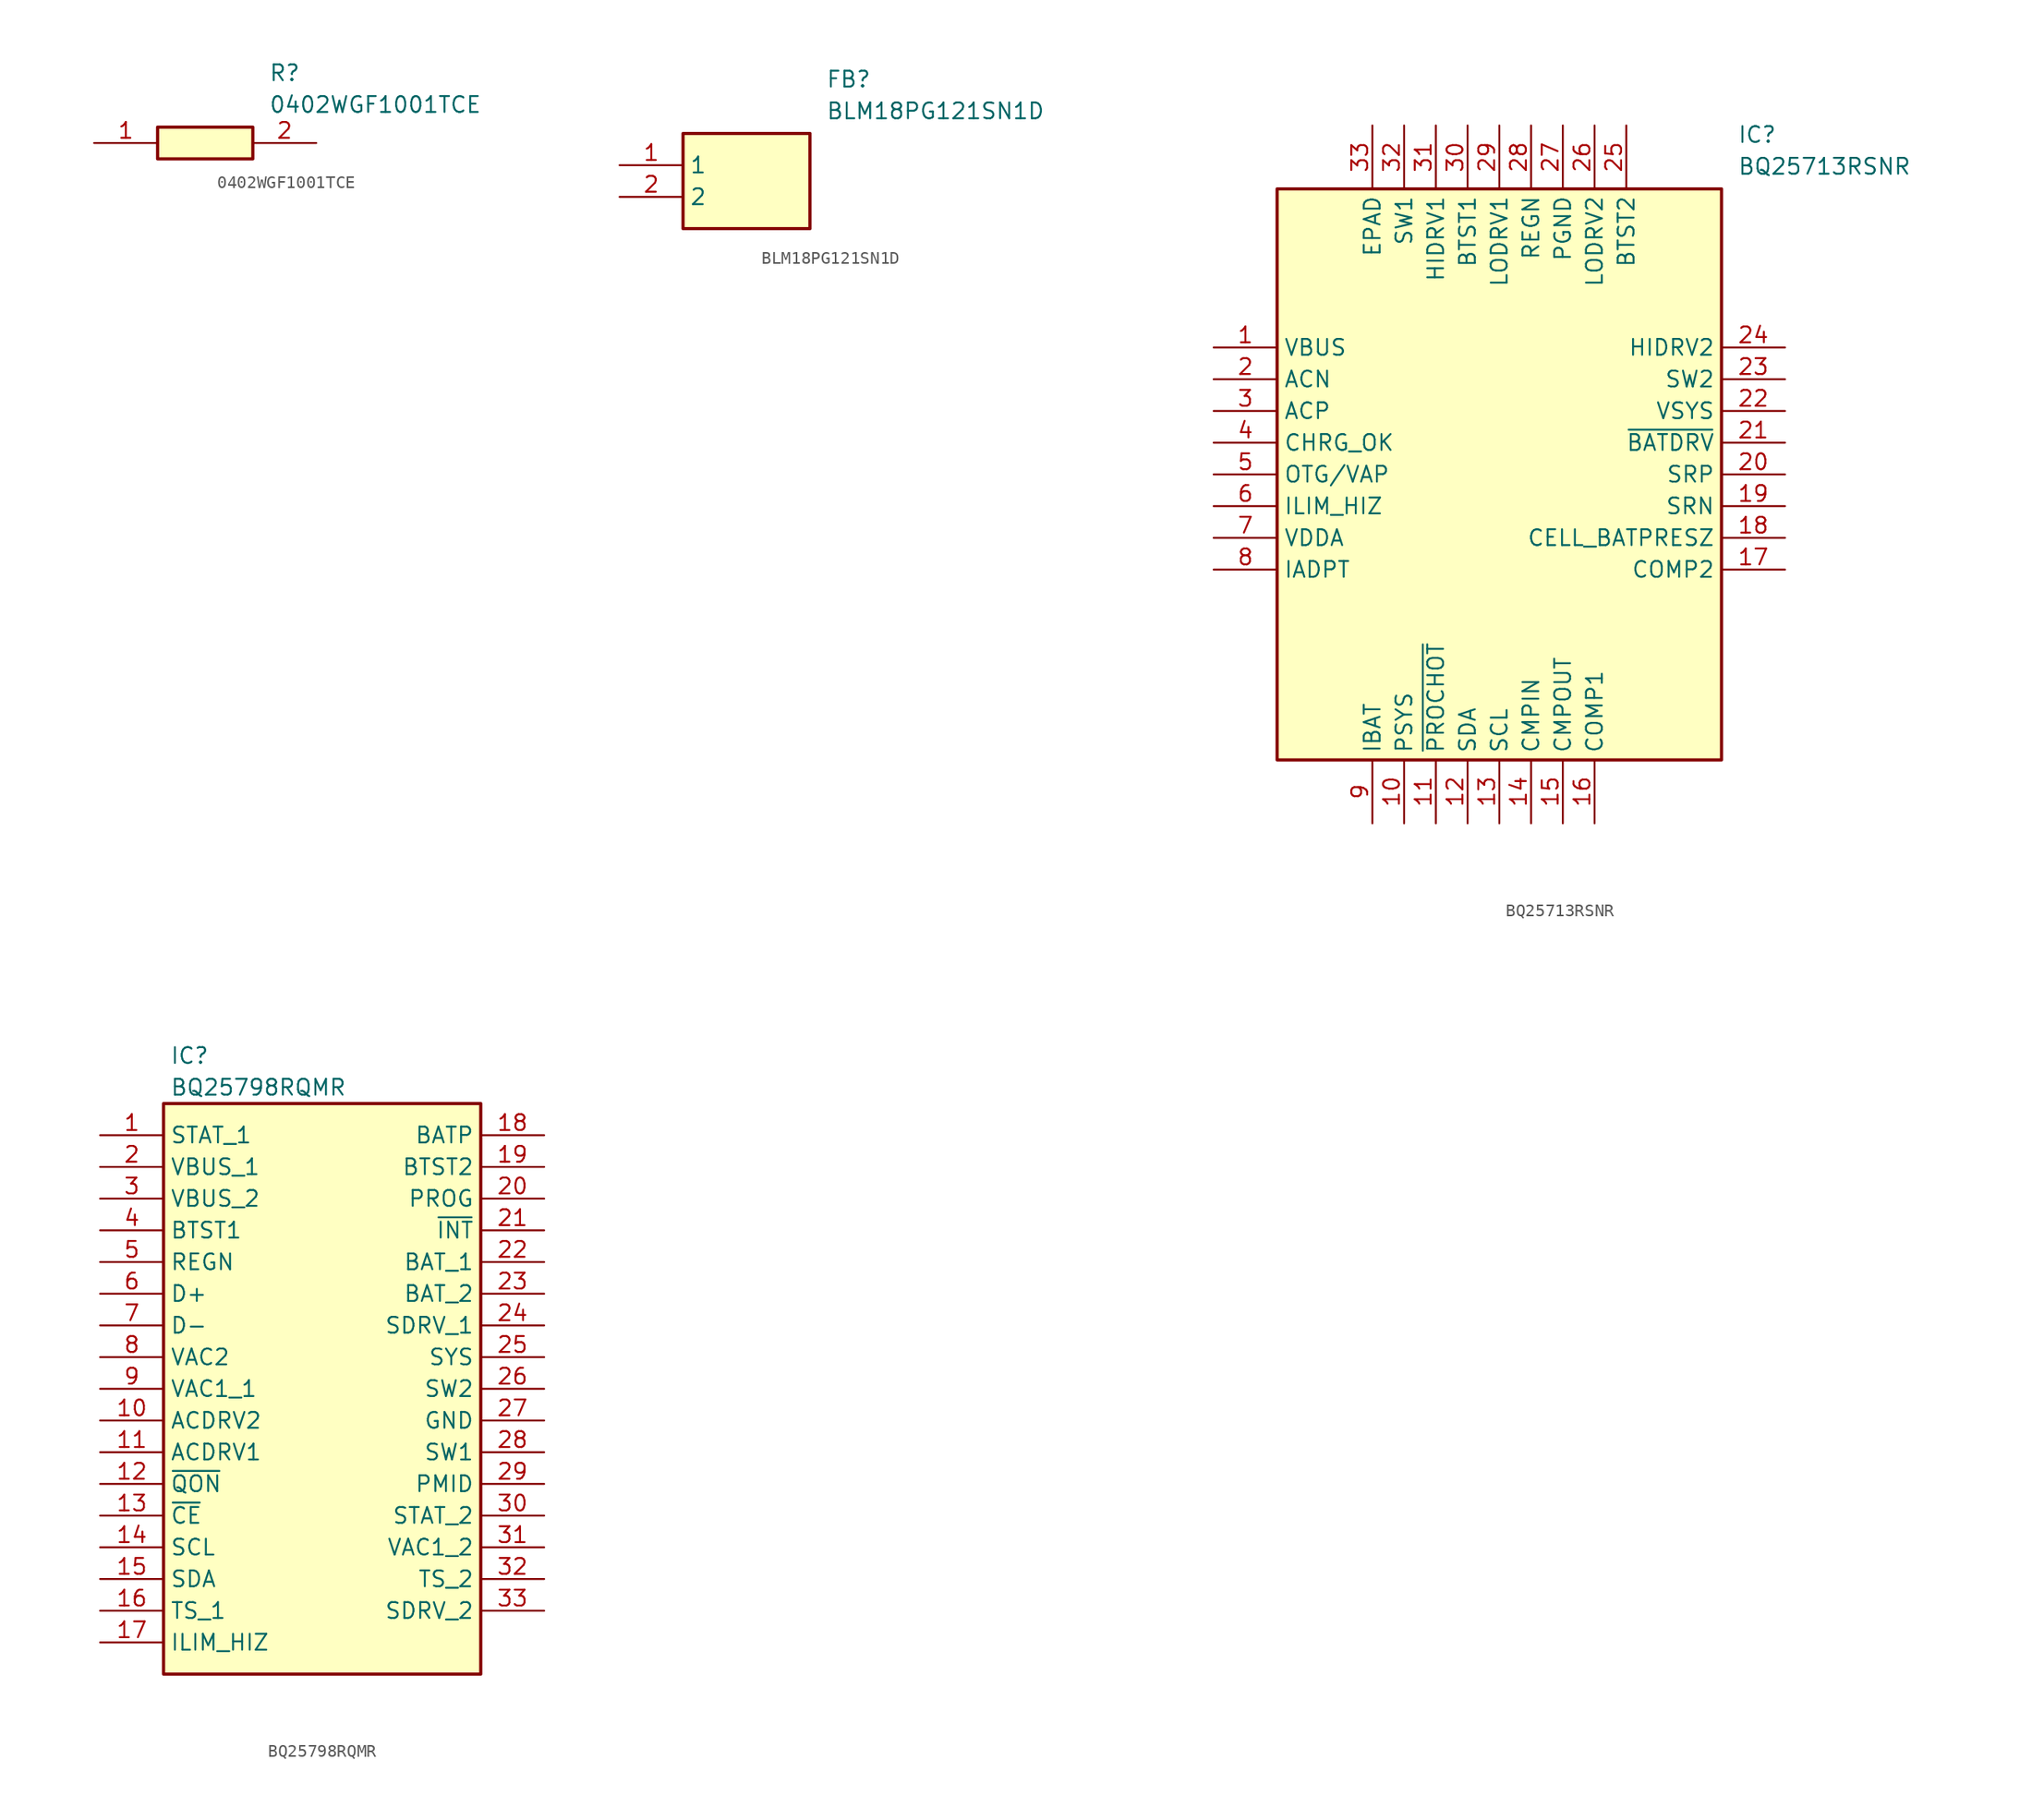
<source format=kicad_sym>
(kicad_symbol_lib
  (version 20241209)
  (generator "kicad_symbol_editor")
  (generator_version "9.0")
  (symbol "0402WGF1001TCE"
    (pin_names hide)
    (property "Reference" "R"
      (at 13.97 6.35 0)
      (effects (font (size 1.27 1.27)) (justify left top)))
    (property "Value" "0402WGF1001TCE"
      (at 13.97 3.81 0)
      (effects (font (size 1.27 1.27)) (justify left top)))
    (rectangle
      (start 5.08 1.27)
      (end 12.7 -1.27)
      (stroke (width 0.254) (type default))
      (fill (type background)))
    (pin passive line
      (at 0 0 0)
      (length 5.08)
      (name "1" (effects (font (size 1.27 1.27))))
      (number "1" (effects (font (size 1.27 1.27)))))
    (pin passive line
      (at 17.78 0 180)
      (length 5.08)
      (name "2" (effects (font (size 1.27 1.27))))
      (number "2" (effects (font (size 1.27 1.27))))))
  (symbol "BLM18PG121SN1D"
    (property "Reference" "FB"
      (at 16.51 7.62 0)
      (effects (font (size 1.27 1.27)) (justify left top)))
    (property "Value" "BLM18PG121SN1D"
      (at 16.51 5.08 0)
      (effects (font (size 1.27 1.27)) (justify left top)))
    (symbol "BLM18PG121SN1D_1_1"
      (rectangle (start 5.08 2.54) (end 15.24 -5.08) (stroke (width 0.254) (type default)) (fill (type background)))
      (pin passive line (at 0 0 0) (length 5.08) (name "1" (effects (font (size 1.27 1.27)))) (number "1" (effects (font (size 1.27 1.27)))))
      (pin passive line (at 0 -2.54 0) (length 5.08) (name "2" (effects (font (size 1.27 1.27)))) (number "2" (effects (font (size 1.27 1.27)))))))
  (symbol "BQ25713RSNR"
    (property "Reference" "IC"
      (at 41.91 17.78 0)
      (effects (font (size 1.27 1.27)) (justify left top)))
    (property "Value" "BQ25713RSNR"
      (at 41.91 15.24 0)
      (effects (font (size 1.27 1.27)) (justify left top)))
    (symbol "BQ25713RSNR_1_1"
      (rectangle (start 5.08 12.7) (end 40.64 -33.02) (stroke (width 0.254) (type default)) (fill (type background)))
      (pin passive line (at 0 0 0) (length 5.08) (name "VBUS" (effects (font (size 1.27 1.27)))) (number "1" (effects (font (size 1.27 1.27)))))
      (pin passive line (at 0 -2.54 0) (length 5.08) (name "ACN" (effects (font (size 1.27 1.27)))) (number "2" (effects (font (size 1.27 1.27)))))
      (pin passive line (at 0 -5.08 0) (length 5.08) (name "ACP" (effects (font (size 1.27 1.27)))) (number "3" (effects (font (size 1.27 1.27)))))
      (pin passive line (at 0 -7.62 0) (length 5.08) (name "CHRG_OK" (effects (font (size 1.27 1.27)))) (number "4" (effects (font (size 1.27 1.27)))))
      (pin passive line (at 0 -10.16 0) (length 5.08) (name "OTG/VAP" (effects (font (size 1.27 1.27)))) (number "5" (effects (font (size 1.27 1.27)))))
      (pin passive line (at 0 -12.7 0) (length 5.08) (name "ILIM_HIZ" (effects (font (size 1.27 1.27)))) (number "6" (effects (font (size 1.27 1.27)))))
      (pin passive line (at 0 -15.24 0) (length 5.08) (name "VDDA" (effects (font (size 1.27 1.27)))) (number "7" (effects (font (size 1.27 1.27)))))
      (pin passive line (at 0 -17.78 0) (length 5.08) (name "IADPT" (effects (font (size 1.27 1.27)))) (number "8" (effects (font (size 1.27 1.27)))))
      (pin passive line (at 12.7 17.78 270) (length 5.08) (name "EPAD" (effects (font (size 1.27 1.27)))) (number "33" (effects (font (size 1.27 1.27)))))
      (pin passive line (at 12.7 -38.1 90) (length 5.08) (name "IBAT" (effects (font (size 1.27 1.27)))) (number "9" (effects (font (size 1.27 1.27)))))
      (pin passive line (at 15.24 17.78 270) (length 5.08) (name "SW1" (effects (font (size 1.27 1.27)))) (number "32" (effects (font (size 1.27 1.27)))))
      (pin passive line (at 15.24 -38.1 90) (length 5.08) (name "PSYS" (effects (font (size 1.27 1.27)))) (number "10" (effects (font (size 1.27 1.27)))))
      (pin passive line (at 17.78 17.78 270) (length 5.08) (name "HIDRV1" (effects (font (size 1.27 1.27)))) (number "31" (effects (font (size 1.27 1.27)))))
      (pin passive line (at 17.78 -38.1 90) (length 5.08) (name "~{PROCHOT}" (effects (font (size 1.27 1.27)))) (number "11" (effects (font (size 1.27 1.27)))))
      (pin passive line (at 20.32 17.78 270) (length 5.08) (name "BTST1" (effects (font (size 1.27 1.27)))) (number "30" (effects (font (size 1.27 1.27)))))
      (pin passive line (at 20.32 -38.1 90) (length 5.08) (name "SDA" (effects (font (size 1.27 1.27)))) (number "12" (effects (font (size 1.27 1.27)))))
      (pin passive line (at 22.86 17.78 270) (length 5.08) (name "LODRV1" (effects (font (size 1.27 1.27)))) (number "29" (effects (font (size 1.27 1.27)))))
      (pin passive line (at 22.86 -38.1 90) (length 5.08) (name "SCL" (effects (font (size 1.27 1.27)))) (number "13" (effects (font (size 1.27 1.27)))))
      (pin passive line (at 25.4 17.78 270) (length 5.08) (name "REGN" (effects (font (size 1.27 1.27)))) (number "28" (effects (font (size 1.27 1.27)))))
      (pin passive line (at 25.4 -38.1 90) (length 5.08) (name "CMPIN" (effects (font (size 1.27 1.27)))) (number "14" (effects (font (size 1.27 1.27)))))
      (pin passive line (at 27.94 17.78 270) (length 5.08) (name "PGND" (effects (font (size 1.27 1.27)))) (number "27" (effects (font (size 1.27 1.27)))))
      (pin passive line (at 27.94 -38.1 90) (length 5.08) (name "CMPOUT" (effects (font (size 1.27 1.27)))) (number "15" (effects (font (size 1.27 1.27)))))
      (pin passive line (at 30.48 17.78 270) (length 5.08) (name "LODRV2" (effects (font (size 1.27 1.27)))) (number "26" (effects (font (size 1.27 1.27)))))
      (pin passive line (at 30.48 -38.1 90) (length 5.08) (name "COMP1" (effects (font (size 1.27 1.27)))) (number "16" (effects (font (size 1.27 1.27)))))
      (pin passive line (at 33.02 17.78 270) (length 5.08) (name "BTST2" (effects (font (size 1.27 1.27)))) (number "25" (effects (font (size 1.27 1.27)))))
      (pin passive line (at 45.72 0 180) (length 5.08) (name "HIDRV2" (effects (font (size 1.27 1.27)))) (number "24" (effects (font (size 1.27 1.27)))))
      (pin passive line (at 45.72 -2.54 180) (length 5.08) (name "SW2" (effects (font (size 1.27 1.27)))) (number "23" (effects (font (size 1.27 1.27)))))
      (pin passive line (at 45.72 -5.08 180) (length 5.08) (name "VSYS" (effects (font (size 1.27 1.27)))) (number "22" (effects (font (size 1.27 1.27)))))
      (pin passive line (at 45.72 -7.62 180) (length 5.08) (name "~{BATDRV}" (effects (font (size 1.27 1.27)))) (number "21" (effects (font (size 1.27 1.27)))))
      (pin passive line (at 45.72 -10.16 180) (length 5.08) (name "SRP" (effects (font (size 1.27 1.27)))) (number "20" (effects (font (size 1.27 1.27)))))
      (pin passive line (at 45.72 -12.7 180) (length 5.08) (name "SRN" (effects (font (size 1.27 1.27)))) (number "19" (effects (font (size 1.27 1.27)))))
      (pin passive line (at 45.72 -15.24 180) (length 5.08) (name "CELL_BATPRESZ" (effects (font (size 1.27 1.27)))) (number "18" (effects (font (size 1.27 1.27)))))
      (pin passive line (at 45.72 -17.78 180) (length 5.08) (name "COMP2" (effects (font (size 1.27 1.27)))) (number "17" (effects (font (size 1.27 1.27)))))))
  (symbol "BQ25798RQMR"
    (property "Reference" "IC"
      (at 5.588 7.112 0)
      (effects (font (size 1.27 1.27)) (justify left top)))
    (property "Value" "BQ25798RQMR"
      (at 5.588 4.572 0)
      (effects (font (size 1.27 1.27)) (justify left top)))
    (symbol "BQ25798RQMR_1_1"
      (rectangle (start 5.08 2.54) (end 30.48 -43.18) (stroke (width 0.254) (type default)) (fill (type background)))
      (pin passive line (at 0 0 0) (length 5.08) (name "STAT_1" (effects (font (size 1.27 1.27)))) (number "1" (effects (font (size 1.27 1.27)))))
      (pin passive line (at 0 -2.54 0) (length 5.08) (name "VBUS_1" (effects (font (size 1.27 1.27)))) (number "2" (effects (font (size 1.27 1.27)))))
      (pin passive line (at 0 -5.08 0) (length 5.08) (name "VBUS_2" (effects (font (size 1.27 1.27)))) (number "3" (effects (font (size 1.27 1.27)))))
      (pin passive line (at 0 -7.62 0) (length 5.08) (name "BTST1" (effects (font (size 1.27 1.27)))) (number "4" (effects (font (size 1.27 1.27)))))
      (pin passive line (at 0 -10.16 0) (length 5.08) (name "REGN" (effects (font (size 1.27 1.27)))) (number "5" (effects (font (size 1.27 1.27)))))
      (pin passive line (at 0 -12.7 0) (length 5.08) (name "D+" (effects (font (size 1.27 1.27)))) (number "6" (effects (font (size 1.27 1.27)))))
      (pin passive line (at 0 -15.24 0) (length 5.08) (name "D-" (effects (font (size 1.27 1.27)))) (number "7" (effects (font (size 1.27 1.27)))))
      (pin passive line (at 0 -17.78 0) (length 5.08) (name "VAC2" (effects (font (size 1.27 1.27)))) (number "8" (effects (font (size 1.27 1.27)))))
      (pin passive line (at 0 -20.32 0) (length 5.08) (name "VAC1_1" (effects (font (size 1.27 1.27)))) (number "9" (effects (font (size 1.27 1.27)))))
      (pin passive line (at 0 -22.86 0) (length 5.08) (name "ACDRV2" (effects (font (size 1.27 1.27)))) (number "10" (effects (font (size 1.27 1.27)))))
      (pin passive line (at 0 -25.4 0) (length 5.08) (name "ACDRV1" (effects (font (size 1.27 1.27)))) (number "11" (effects (font (size 1.27 1.27)))))
      (pin passive line (at 0 -27.94 0) (length 5.08) (name "~{QON}" (effects (font (size 1.27 1.27)))) (number "12" (effects (font (size 1.27 1.27)))))
      (pin passive line (at 0 -30.48 0) (length 5.08) (name "~{CE}" (effects (font (size 1.27 1.27)))) (number "13" (effects (font (size 1.27 1.27)))))
      (pin passive line (at 0 -33.02 0) (length 5.08) (name "SCL" (effects (font (size 1.27 1.27)))) (number "14" (effects (font (size 1.27 1.27)))))
      (pin passive line (at 0 -35.56 0) (length 5.08) (name "SDA" (effects (font (size 1.27 1.27)))) (number "15" (effects (font (size 1.27 1.27)))))
      (pin passive line (at 0 -38.1 0) (length 5.08) (name "TS_1" (effects (font (size 1.27 1.27)))) (number "16" (effects (font (size 1.27 1.27)))))
      (pin passive line (at 0 -40.64 0) (length 5.08) (name "ILIM_HIZ" (effects (font (size 1.27 1.27)))) (number "17" (effects (font (size 1.27 1.27)))))
      (pin passive line (at 35.56 0 180) (length 5.08) (name "BATP" (effects (font (size 1.27 1.27)))) (number "18" (effects (font (size 1.27 1.27)))))
      (pin passive line (at 35.56 -2.54 180) (length 5.08) (name "BTST2" (effects (font (size 1.27 1.27)))) (number "19" (effects (font (size 1.27 1.27)))))
      (pin passive line (at 35.56 -5.08 180) (length 5.08) (name "PROG" (effects (font (size 1.27 1.27)))) (number "20" (effects (font (size 1.27 1.27)))))
      (pin passive line (at 35.56 -7.62 180) (length 5.08) (name "~{INT}" (effects (font (size 1.27 1.27)))) (number "21" (effects (font (size 1.27 1.27)))))
      (pin passive line (at 35.56 -10.16 180) (length 5.08) (name "BAT_1" (effects (font (size 1.27 1.27)))) (number "22" (effects (font (size 1.27 1.27)))))
      (pin passive line (at 35.56 -12.7 180) (length 5.08) (name "BAT_2" (effects (font (size 1.27 1.27)))) (number "23" (effects (font (size 1.27 1.27)))))
      (pin passive line (at 35.56 -15.24 180) (length 5.08) (name "SDRV_1" (effects (font (size 1.27 1.27)))) (number "24" (effects (font (size 1.27 1.27)))))
      (pin passive line (at 35.56 -17.78 180) (length 5.08) (name "SYS" (effects (font (size 1.27 1.27)))) (number "25" (effects (font (size 1.27 1.27)))))
      (pin passive line (at 35.56 -20.32 180) (length 5.08) (name "SW2" (effects (font (size 1.27 1.27)))) (number "26" (effects (font (size 1.27 1.27)))))
      (pin passive line (at 35.56 -22.86 180) (length 5.08) (name "GND" (effects (font (size 1.27 1.27)))) (number "27" (effects (font (size 1.27 1.27)))))
      (pin passive line (at 35.56 -25.4 180) (length 5.08) (name "SW1" (effects (font (size 1.27 1.27)))) (number "28" (effects (font (size 1.27 1.27)))))
      (pin passive line (at 35.56 -27.94 180) (length 5.08) (name "PMID" (effects (font (size 1.27 1.27)))) (number "29" (effects (font (size 1.27 1.27)))))
      (pin passive line (at 35.56 -30.48 180) (length 5.08) (name "STAT_2" (effects (font (size 1.27 1.27)))) (number "30" (effects (font (size 1.27 1.27)))))
      (pin passive line (at 35.56 -33.02 180) (length 5.08) (name "VAC1_2" (effects (font (size 1.27 1.27)))) (number "31" (effects (font (size 1.27 1.27)))))
      (pin passive line (at 35.56 -35.56 180) (length 5.08) (name "TS_2" (effects (font (size 1.27 1.27)))) (number "32" (effects (font (size 1.27 1.27)))))
      (pin passive line (at 35.56 -38.1 180) (length 5.08) (name "SDRV_2" (effects (font (size 1.27 1.27)))) (number "33" (effects (font (size 1.27 1.27))))))))
</source>
